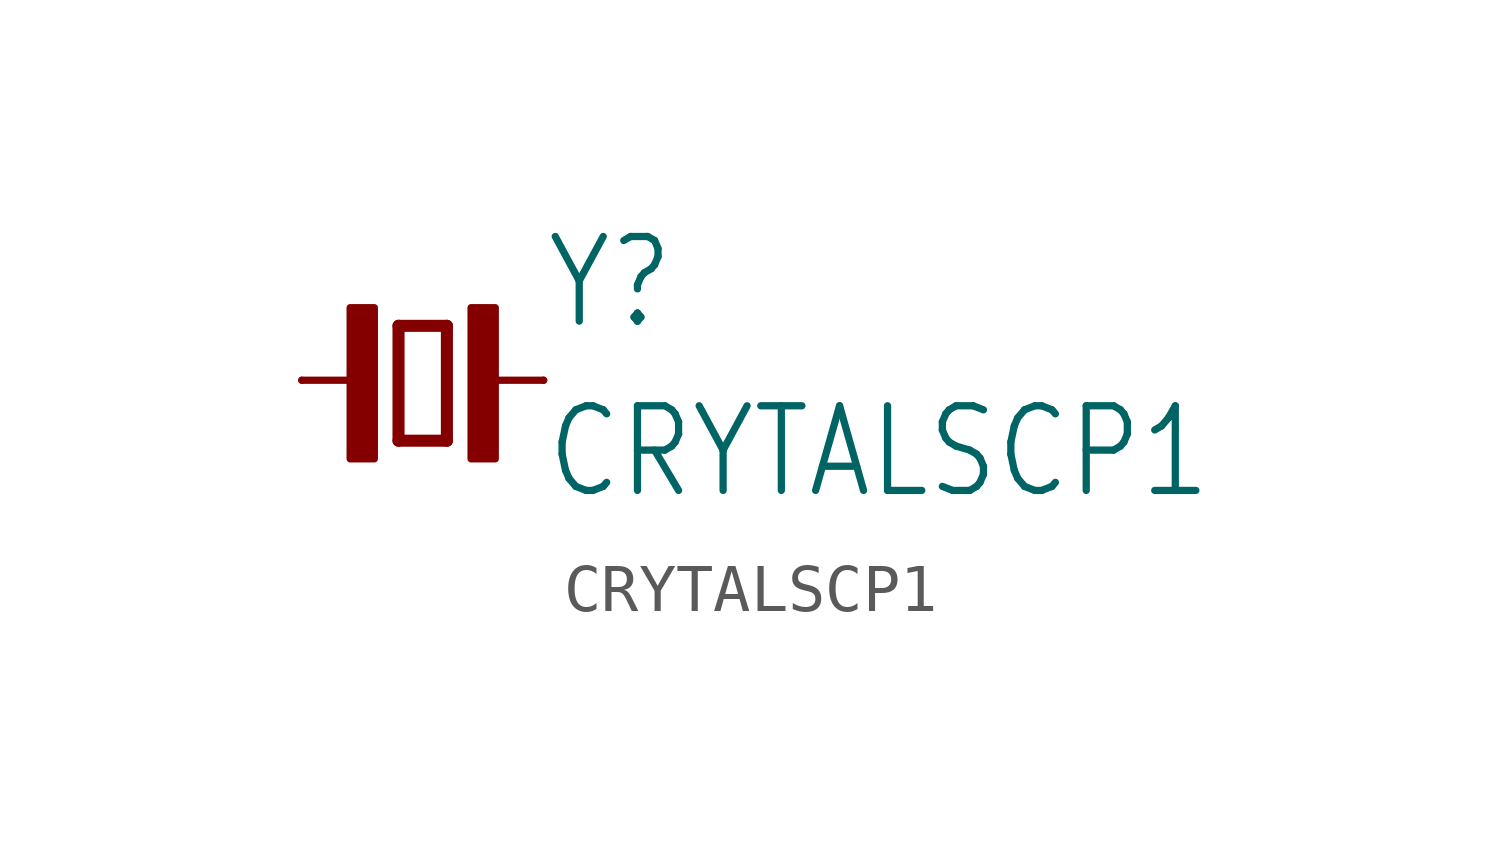
<source format=kicad_sym>
(kicad_symbol_lib
  (version 20211014)
  (generator kicad_symbol_editor)
  (symbol "CRYTALSCP1"
    (property "Reference" "Y"
      (at 2.54 1.016 0)
      (effects (font (size 1.778 1.511)) (justify left bottom)))
    (property "Value" "CRYTALSCP1"
      (at 2.54 -2.54 0)
      (effects (font (size 1.778 1.511)) (justify left bottom)))
    (property "ki_locked" ""
      (at 0 0 0)
      (effects (font (size 1.27 1.27))))
    (symbol "CRYTALSCP1_1_0"
      (rectangle (start -1.524 -1.651) (end -1.016 1.524) (stroke (width 0) (type default) (color 0 0 0 0)) (fill (type outline)))
      (polyline (pts (xy -2.54 0) (xy -1.143 0)) (stroke (width 0.152) (type default) (color 0 0 0 0)) (fill (type none)))
      (polyline (pts (xy -0.508 -1.27) (xy 0.508 -1.27)) (stroke (width 0.254) (type default) (color 0 0 0 0)) (fill (type none)))
      (polyline (pts (xy -0.508 1.143) (xy -0.508 -1.27)) (stroke (width 0.254) (type default) (color 0 0 0 0)) (fill (type none)))
      (polyline (pts (xy 0.508 -1.27) (xy 0.508 1.143)) (stroke (width 0.254) (type default) (color 0 0 0 0)) (fill (type none)))
      (polyline (pts (xy 0.508 1.143) (xy -0.508 1.143)) (stroke (width 0.254) (type default) (color 0 0 0 0)) (fill (type none)))
      (polyline (pts (xy 1.143 0) (xy 2.54 0)) (stroke (width 0.152) (type default) (color 0 0 0 0)) (fill (type none)))
      (rectangle (start 1.016 -1.651) (end 1.524 1.524) (stroke (width 0) (type default) (color 0 0 0 0)) (fill (type outline)))
      (pin passive line (at -2.54 0 0) (length 0) (name "1" (effects (font (size 0 0)))) (number "1" (effects (font (size 0 0)))))
      (pin passive line (at 2.54 0 180) (length 0) (name "2" (effects (font (size 0 0)))) (number "4" (effects (font (size 0 0))))))))
</source>
